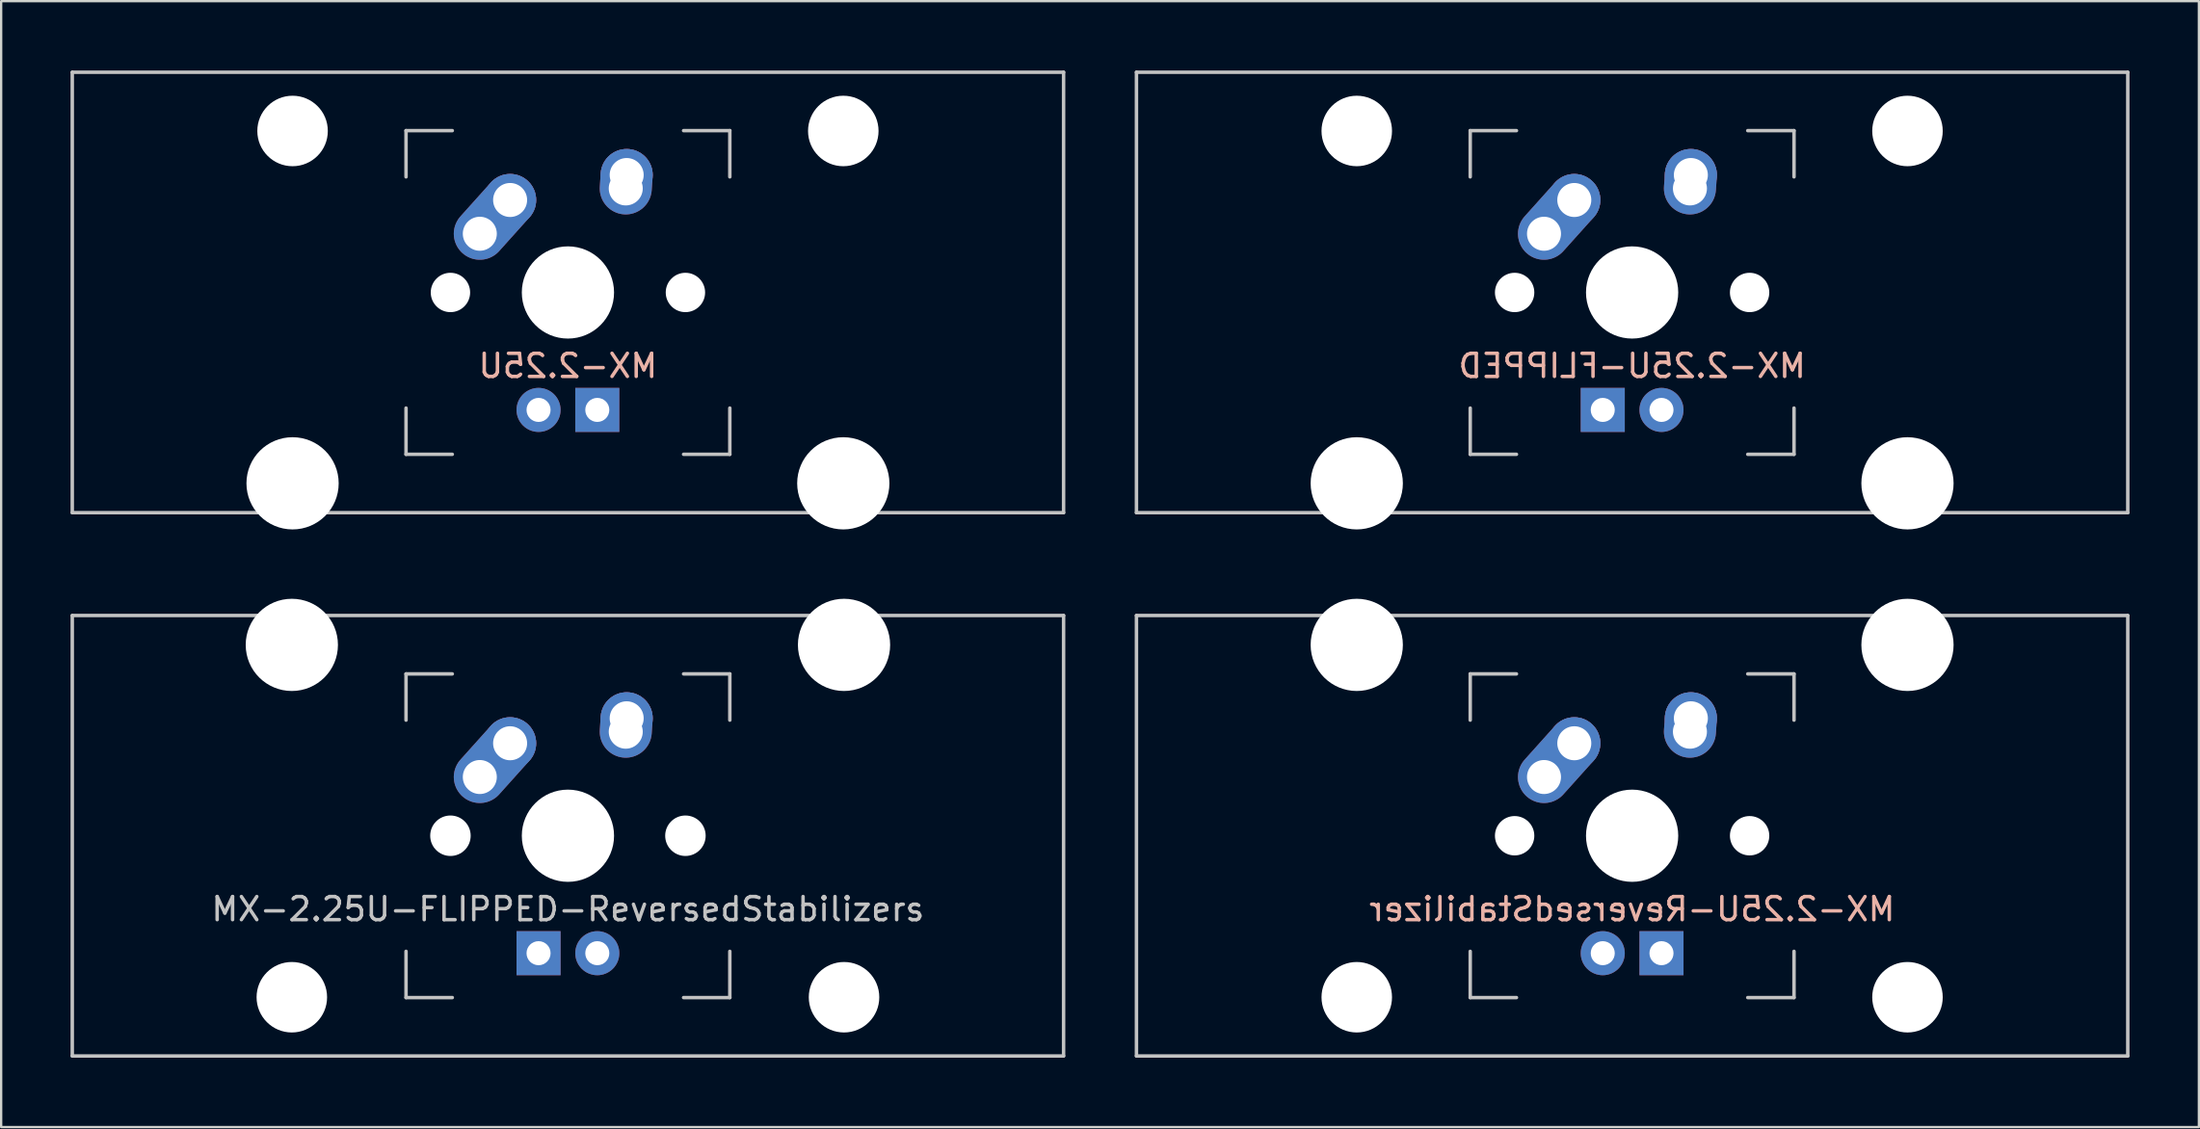
<source format=kicad_pcb>
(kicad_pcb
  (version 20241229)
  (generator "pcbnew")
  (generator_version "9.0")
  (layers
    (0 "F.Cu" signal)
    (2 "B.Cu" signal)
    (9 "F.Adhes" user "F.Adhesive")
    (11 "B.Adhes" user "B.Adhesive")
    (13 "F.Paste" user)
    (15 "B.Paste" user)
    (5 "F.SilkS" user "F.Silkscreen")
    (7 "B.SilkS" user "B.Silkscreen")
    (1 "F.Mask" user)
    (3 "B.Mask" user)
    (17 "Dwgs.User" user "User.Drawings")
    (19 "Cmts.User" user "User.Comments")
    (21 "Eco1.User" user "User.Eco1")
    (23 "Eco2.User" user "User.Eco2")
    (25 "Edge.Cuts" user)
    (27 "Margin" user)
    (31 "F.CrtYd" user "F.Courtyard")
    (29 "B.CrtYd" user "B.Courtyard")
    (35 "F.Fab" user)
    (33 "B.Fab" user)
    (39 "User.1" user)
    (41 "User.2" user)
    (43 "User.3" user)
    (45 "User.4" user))
  (footprint "MX-2.25U-FLIPPED"
    (layer "F.Cu")
    (at 67.519 9.6)
    (property "Reference" "MX-2.25U-FLIPPED" (at 0 3.175 0) (layer "B.SilkS") (effects (font (size 1 1) (thickness 0.15)) (justify mirror)))
    (attr through_hole)
    (fp_line (start -21.431 -9.525) (end 21.431 -9.525) (stroke (width 0.15) (type solid)) (layer "Dwgs.User"))
    (fp_line (start -21.431 9.525) (end -21.431 -9.525) (stroke (width 0.15) (type solid)) (layer "Dwgs.User"))
    (fp_line (start -21.431 9.525) (end 21.431 9.525) (stroke (width 0.15) (type solid)) (layer "Dwgs.User"))
    (fp_line (start -7 -7) (end -7 -5) (stroke (width 0.15) (type solid)) (layer "Dwgs.User"))
    (fp_line (start -7 5) (end -7 7) (stroke (width 0.15) (type solid)) (layer "Dwgs.User"))
    (fp_line (start -7 7) (end -5 7) (stroke (width 0.15) (type solid)) (layer "Dwgs.User"))
    (fp_line (start -5 -7) (end -7 -7) (stroke (width 0.15) (type solid)) (layer "Dwgs.User"))
    (fp_line (start 5 -7) (end 7 -7) (stroke (width 0.15) (type solid)) (layer "Dwgs.User"))
    (fp_line (start 5 7) (end 7 7) (stroke (width 0.15) (type solid)) (layer "Dwgs.User"))
    (fp_line (start 7 -7) (end 7 -5) (stroke (width 0.15) (type solid)) (layer "Dwgs.User"))
    (fp_line (start 7 7) (end 7 5) (stroke (width 0.15) (type solid)) (layer "Dwgs.User"))
    (fp_line (start 21.431 -9.525) (end 21.431 9.525) (stroke (width 0.15) (type solid)) (layer "Dwgs.User"))
    (pad "" np_thru_hole circle (at -11.906 -6.985) (size 3.048 3.048) (drill 3.048) (layers "*.Cu" "*.Mask"))
    (pad "" np_thru_hole circle (at -11.906 8.255) (size 3.988 3.988) (drill 3.988) (layers "*.Cu" "*.Mask"))
    (pad "" np_thru_hole circle (at -5.08 0 48.1) (size 1.702 1.702) (drill 1.702) (layers "*.Cu" "*.Mask"))
    (pad "" np_thru_hole circle (at 0 0) (size 3.988 3.988) (drill 3.988) (layers "*.Cu" "*.Mask"))
    (pad "" np_thru_hole circle (at 5.08 0 48.1) (size 1.702 1.702) (drill 1.702) (layers "*.Cu" "*.Mask"))
    (pad "" np_thru_hole circle (at 11.906 -6.985) (size 3.048 3.048) (drill 3.048) (layers "*.Cu" "*.Mask"))
    (pad "" np_thru_hole circle (at 11.906 8.255) (size 3.988 3.988) (drill 3.988) (layers "*.Cu" "*.Mask"))
    (pad "1" thru_hole oval (at -3.81 -2.54 48.1) (size 4.212 2.25) (drill 1.47 (offset 0.981 0)) (layers "*.Cu" "*.Mask"))
    (pad "1" thru_hole circle (at -2.5 -4) (size 2.25 2.25) (drill 1.47) (layers "*.Cu" "*.Mask"))
    (pad "2" thru_hole oval (at 2.5 -4.5 86.055) (size 2.831 2.25) (drill 1.47 (offset 0.291 0)) (layers "*.Cu" "*.Mask"))
    (pad "2" thru_hole circle (at 2.54 -5.08) (size 2.25 2.25) (drill 1.47) (layers "*.Cu" "*.Mask"))
    (pad "3" thru_hole circle (at 1.27 5.08) (size 1.905 1.905) (drill 1.04) (layers "*.Cu" "*.Mask"))
    (pad "4" thru_hole rect (at -1.27 5.08) (size 1.905 1.905) (drill 1.04) (layers "*.Cu" "*.Mask")))
  (footprint "MX-2.25U-ReversedStabilizer"
    (layer "F.Cu")
    (at 67.519 33.098)
    (property "Reference" "MX-2.25U-ReversedStabilizer" (at 0 3.175 0) (layer "B.SilkS") (effects (font (size 1 1) (thickness 0.15)) (justify mirror)))
    (attr through_hole)
    (fp_line (start -21.431 -9.525) (end 21.431 -9.525) (stroke (width 0.15) (type solid)) (layer "Dwgs.User"))
    (fp_line (start -21.431 9.525) (end -21.431 -9.525) (stroke (width 0.15) (type solid)) (layer "Dwgs.User"))
    (fp_line (start -21.431 9.525) (end 21.431 9.525) (stroke (width 0.15) (type solid)) (layer "Dwgs.User"))
    (fp_line (start -7 -7) (end -7 -5) (stroke (width 0.15) (type solid)) (layer "Dwgs.User"))
    (fp_line (start -7 5) (end -7 7) (stroke (width 0.15) (type solid)) (layer "Dwgs.User"))
    (fp_line (start -7 7) (end -5 7) (stroke (width 0.15) (type solid)) (layer "Dwgs.User"))
    (fp_line (start -5 -7) (end -7 -7) (stroke (width 0.15) (type solid)) (layer "Dwgs.User"))
    (fp_line (start 5 -7) (end 7 -7) (stroke (width 0.15) (type solid)) (layer "Dwgs.User"))
    (fp_line (start 5 7) (end 7 7) (stroke (width 0.15) (type solid)) (layer "Dwgs.User"))
    (fp_line (start 7 -7) (end 7 -5) (stroke (width 0.15) (type solid)) (layer "Dwgs.User"))
    (fp_line (start 7 7) (end 7 5) (stroke (width 0.15) (type solid)) (layer "Dwgs.User"))
    (fp_line (start 21.431 -9.525) (end 21.431 9.525) (stroke (width 0.15) (type solid)) (layer "Dwgs.User"))
    (pad "" np_thru_hole circle (at -11.906 -8.255) (size 3.988 3.988) (drill 3.988) (layers "*.Cu" "*.Mask"))
    (pad "" np_thru_hole circle (at -11.906 6.985) (size 3.048 3.048) (drill 3.048) (layers "*.Cu" "*.Mask"))
    (pad "" np_thru_hole circle (at -5.08 0 48.1) (size 1.702 1.702) (drill 1.702) (layers "*.Cu" "*.Mask"))
    (pad "" np_thru_hole circle (at 0 0) (size 3.988 3.988) (drill 3.988) (layers "*.Cu" "*.Mask"))
    (pad "" np_thru_hole circle (at 5.08 0 48.1) (size 1.702 1.702) (drill 1.702) (layers "*.Cu" "*.Mask"))
    (pad "" np_thru_hole circle (at 11.906 -8.255) (size 3.988 3.988) (drill 3.988) (layers "*.Cu" "*.Mask"))
    (pad "" np_thru_hole circle (at 11.906 6.985) (size 3.048 3.048) (drill 3.048) (layers "*.Cu" "*.Mask"))
    (pad "1" thru_hole oval (at -3.81 -2.54 48.1) (size 4.212 2.25) (drill 1.47 (offset 0.981 0)) (layers "*.Cu" "*.Mask"))
    (pad "1" thru_hole circle (at -2.5 -4) (size 2.25 2.25) (drill 1.47) (layers "*.Cu" "*.Mask"))
    (pad "2" thru_hole oval (at 2.5 -4.5 86.055) (size 2.831 2.25) (drill 1.47 (offset 0.291 0)) (layers "*.Cu" "*.Mask"))
    (pad "2" thru_hole circle (at 2.54 -5.08) (size 2.25 2.25) (drill 1.47) (layers "*.Cu" "*.Mask"))
    (pad "3" thru_hole circle (at -1.27 5.08) (size 1.905 1.905) (drill 1.04) (layers "*.Cu" "*.Mask"))
    (pad "4" thru_hole rect (at 1.27 5.08) (size 1.905 1.905) (drill 1.04) (layers "*.Cu" "*.Mask")))
  (footprint "MX-2.25U-FLIPPED-ReversedStabilizers"
    (layer "F.Cu")
    (at 21.506 33.098)
    (property "Reference" "MX-2.25U-FLIPPED-ReversedStabilizers" (at 0 3.175 0) (layer "Dwgs.User") (effects (font (size 1 1) (thickness 0.15))))
    (attr through_hole)
    (fp_line (start -21.431 -9.525) (end 21.431 -9.525) (stroke (width 0.15) (type solid)) (layer "Dwgs.User"))
    (fp_line (start -21.431 9.525) (end -21.431 -9.525) (stroke (width 0.15) (type solid)) (layer "Dwgs.User"))
    (fp_line (start -21.431 9.525) (end 21.431 9.525) (stroke (width 0.15) (type solid)) (layer "Dwgs.User"))
    (fp_line (start -7 -7) (end -7 -5) (stroke (width 0.15) (type solid)) (layer "Dwgs.User"))
    (fp_line (start -7 5) (end -7 7) (stroke (width 0.15) (type solid)) (layer "Dwgs.User"))
    (fp_line (start -7 7) (end -5 7) (stroke (width 0.15) (type solid)) (layer "Dwgs.User"))
    (fp_line (start -5 -7) (end -7 -7) (stroke (width 0.15) (type solid)) (layer "Dwgs.User"))
    (fp_line (start 5 -7) (end 7 -7) (stroke (width 0.15) (type solid)) (layer "Dwgs.User"))
    (fp_line (start 5 7) (end 7 7) (stroke (width 0.15) (type solid)) (layer "Dwgs.User"))
    (fp_line (start 7 -7) (end 7 -5) (stroke (width 0.15) (type solid)) (layer "Dwgs.User"))
    (fp_line (start 7 7) (end 7 5) (stroke (width 0.15) (type solid)) (layer "Dwgs.User"))
    (fp_line (start 21.431 -9.525) (end 21.431 9.525) (stroke (width 0.15) (type solid)) (layer "Dwgs.User"))
    (pad "" np_thru_hole circle (at -11.938 -8.255) (size 3.988 3.988) (drill 3.988) (layers "*.Cu" "*.Mask"))
    (pad "" np_thru_hole circle (at -11.938 6.985) (size 3.048 3.048) (drill 3.048) (layers "*.Cu" "*.Mask"))
    (pad "" np_thru_hole circle (at -5.08 0 48.1) (size 1.75 1.75) (drill 1.75) (layers "*.Cu" "*.Mask"))
    (pad "" np_thru_hole circle (at 0 0) (size 3.988 3.988) (drill 3.988) (layers "*.Cu" "*.Mask"))
    (pad "" np_thru_hole circle (at 5.08 0 48.1) (size 1.75 1.75) (drill 1.75) (layers "*.Cu" "*.Mask"))
    (pad "" np_thru_hole circle (at 11.938 -8.255) (size 3.988 3.988) (drill 3.988) (layers "*.Cu" "*.Mask"))
    (pad "" np_thru_hole circle (at 11.938 6.985) (size 3.048 3.048) (drill 3.048) (layers "*.Cu" "*.Mask"))
    (pad "1" thru_hole oval (at -3.81 -2.54 48.1) (size 4.212 2.25) (drill 1.47 (offset 0.981 0)) (layers "*.Cu" "B.Mask"))
    (pad "1" thru_hole circle (at -2.5 -4) (size 2.25 2.25) (drill 1.47) (layers "*.Cu" "B.Mask"))
    (pad "2" thru_hole oval (at 2.5 -4.5 86.055) (size 2.831 2.25) (drill 1.47 (offset 0.291 0)) (layers "*.Cu" "B.Mask"))
    (pad "2" thru_hole circle (at 2.54 -5.08) (size 2.25 2.25) (drill 1.47) (layers "*.Cu" "B.Mask"))
    (pad "3" thru_hole circle (at 1.27 5.08) (size 1.905 1.905) (drill 1.04) (layers "*.Cu" "B.Mask"))
    (pad "4" thru_hole rect (at -1.27 5.08) (size 1.905 1.905) (drill 1.04) (layers "*.Cu" "B.Mask")))
  (footprint "MX-2.25U"
    (layer "F.Cu")
    (at 21.506 9.6)
    (property "Reference" "MX-2.25U" (at 0 3.175 0) (layer "B.SilkS") (effects (font (size 1 1) (thickness 0.15)) (justify mirror)))
    (attr through_hole)
    (fp_line (start -21.431 -9.525) (end 21.431 -9.525) (stroke (width 0.15) (type solid)) (layer "Dwgs.User"))
    (fp_line (start -21.431 9.525) (end -21.431 -9.525) (stroke (width 0.15) (type solid)) (layer "Dwgs.User"))
    (fp_line (start -21.431 9.525) (end 21.431 9.525) (stroke (width 0.15) (type solid)) (layer "Dwgs.User"))
    (fp_line (start -7 -7) (end -7 -5) (stroke (width 0.15) (type solid)) (layer "Dwgs.User"))
    (fp_line (start -7 5) (end -7 7) (stroke (width 0.15) (type solid)) (layer "Dwgs.User"))
    (fp_line (start -7 7) (end -5 7) (stroke (width 0.15) (type solid)) (layer "Dwgs.User"))
    (fp_line (start -5 -7) (end -7 -7) (stroke (width 0.15) (type solid)) (layer "Dwgs.User"))
    (fp_line (start 5 -7) (end 7 -7) (stroke (width 0.15) (type solid)) (layer "Dwgs.User"))
    (fp_line (start 5 7) (end 7 7) (stroke (width 0.15) (type solid)) (layer "Dwgs.User"))
    (fp_line (start 7 -7) (end 7 -5) (stroke (width 0.15) (type solid)) (layer "Dwgs.User"))
    (fp_line (start 7 7) (end 7 5) (stroke (width 0.15) (type solid)) (layer "Dwgs.User"))
    (fp_line (start 21.431 -9.525) (end 21.431 9.525) (stroke (width 0.15) (type solid)) (layer "Dwgs.User"))
    (pad "" np_thru_hole circle (at -11.906 -6.985) (size 3.048 3.048) (drill 3.048) (layers "*.Cu" "*.Mask"))
    (pad "" np_thru_hole circle (at -11.906 8.255) (size 3.988 3.988) (drill 3.988) (layers "*.Cu" "*.Mask"))
    (pad "" np_thru_hole circle (at -5.08 0 48.1) (size 1.702 1.702) (drill 1.702) (layers "*.Cu" "*.Mask"))
    (pad "" np_thru_hole circle (at 0 0) (size 3.988 3.988) (drill 3.988) (layers "*.Cu" "*.Mask"))
    (pad "" np_thru_hole circle (at 5.08 0 48.1) (size 1.702 1.702) (drill 1.702) (layers "*.Cu" "*.Mask"))
    (pad "" np_thru_hole circle (at 11.906 -6.985) (size 3.048 3.048) (drill 3.048) (layers "*.Cu" "*.Mask"))
    (pad "" np_thru_hole circle (at 11.906 8.255) (size 3.988 3.988) (drill 3.988) (layers "*.Cu" "*.Mask"))
    (pad "1" thru_hole oval (at -3.81 -2.54 48.1) (size 4.212 2.25) (drill 1.47 (offset 0.981 0)) (layers "*.Cu" "*.Mask"))
    (pad "1" thru_hole circle (at -2.5 -4) (size 2.25 2.25) (drill 1.47) (layers "*.Cu" "*.Mask"))
    (pad "2" thru_hole oval (at 2.5 -4.5 86.055) (size 2.831 2.25) (drill 1.47 (offset 0.291 0)) (layers "*.Cu" "*.Mask"))
    (pad "2" thru_hole circle (at 2.54 -5.08) (size 2.25 2.25) (drill 1.47) (layers "*.Cu" "*.Mask"))
    (pad "3" thru_hole circle (at -1.27 5.08) (size 1.905 1.905) (drill 1.04) (layers "*.Cu" "*.Mask"))
    (pad "4" thru_hole rect (at 1.27 5.08) (size 1.905 1.905) (drill 1.04) (layers "*.Cu" "*.Mask")))
  (gr_rect
    (start -3 -3)
    (end 92.025 45.698)
    (stroke (width 0.1) (type default))
    (fill no)
    (layer "Edge.Cuts")))
</source>
